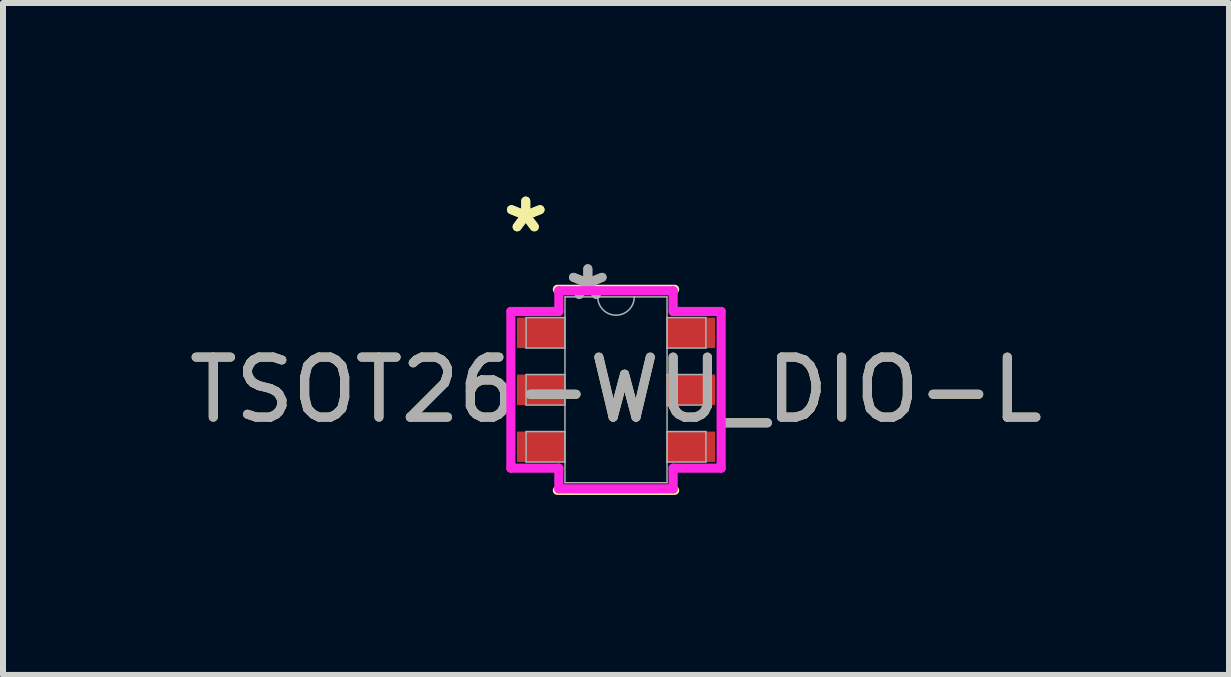
<source format=kicad_pcb>
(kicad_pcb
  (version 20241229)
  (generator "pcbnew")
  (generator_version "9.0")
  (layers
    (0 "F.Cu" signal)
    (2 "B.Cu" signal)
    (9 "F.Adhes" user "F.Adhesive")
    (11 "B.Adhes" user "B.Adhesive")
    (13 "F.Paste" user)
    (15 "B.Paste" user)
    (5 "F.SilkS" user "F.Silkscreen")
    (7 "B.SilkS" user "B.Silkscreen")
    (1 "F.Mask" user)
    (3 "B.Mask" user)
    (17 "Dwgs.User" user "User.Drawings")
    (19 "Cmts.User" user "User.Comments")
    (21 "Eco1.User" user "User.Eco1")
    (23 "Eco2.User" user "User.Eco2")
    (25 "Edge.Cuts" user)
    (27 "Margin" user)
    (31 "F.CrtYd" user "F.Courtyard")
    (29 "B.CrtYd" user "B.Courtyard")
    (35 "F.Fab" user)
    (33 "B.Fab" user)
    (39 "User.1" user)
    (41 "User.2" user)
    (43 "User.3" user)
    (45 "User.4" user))
  (footprint "TSOT26-WU_DIO-L"
    (layer "F.Cu")
    (at 7.22 3.449)
    (property "Reference" "TSOT26-WU_DIO-L" (at 0 0 0) (unlocked yes) (layer "F.SilkS") (effects (font (size 1 1) (thickness 0.15))))
    (attr smd)
    (fp_line (start -0.978 1.676) (end 0.978 1.676) (stroke (width 0.152) (type solid)) (layer "F.SilkS"))
    (fp_line (start 0.978 -1.676) (end -0.978 -1.676) (stroke (width 0.152) (type solid)) (layer "F.SilkS"))
    (fp_line (start -1.753 -1.306) (end -0.953 -1.306) (stroke (width 0.152) (type solid)) (layer "F.CrtYd"))
    (fp_line (start -1.753 1.306) (end -1.753 -1.306) (stroke (width 0.152) (type solid)) (layer "F.CrtYd"))
    (fp_line (start -1.753 1.306) (end -0.953 1.306) (stroke (width 0.152) (type solid)) (layer "F.CrtYd"))
    (fp_line (start -0.953 -1.651) (end 0.953 -1.651) (stroke (width 0.152) (type solid)) (layer "F.CrtYd"))
    (fp_line (start -0.953 -1.306) (end -0.953 -1.651) (stroke (width 0.152) (type solid)) (layer "F.CrtYd"))
    (fp_line (start -0.953 1.651) (end -0.953 1.306) (stroke (width 0.152) (type solid)) (layer "F.CrtYd"))
    (fp_line (start 0.953 -1.651) (end 0.953 -1.306) (stroke (width 0.152) (type solid)) (layer "F.CrtYd"))
    (fp_line (start 0.953 1.306) (end 0.953 1.651) (stroke (width 0.152) (type solid)) (layer "F.CrtYd"))
    (fp_line (start 0.953 1.651) (end -0.953 1.651) (stroke (width 0.152) (type solid)) (layer "F.CrtYd"))
    (fp_line (start 1.753 -1.306) (end 0.953 -1.306) (stroke (width 0.152) (type solid)) (layer "F.CrtYd"))
    (fp_line (start 1.753 -1.306) (end 1.753 1.306) (stroke (width 0.152) (type solid)) (layer "F.CrtYd"))
    (fp_line (start 1.753 1.306) (end 0.953 1.306) (stroke (width 0.152) (type solid)) (layer "F.CrtYd"))
    (fp_line (start -1.499 -1.204) (end -1.499 -0.696) (stroke (width 0.025) (type solid)) (layer "F.Fab"))
    (fp_line (start -1.499 -0.696) (end -0.851 -0.696) (stroke (width 0.025) (type solid)) (layer "F.Fab"))
    (fp_line (start -1.499 -0.254) (end -1.499 0.254) (stroke (width 0.025) (type solid)) (layer "F.Fab"))
    (fp_line (start -1.499 0.254) (end -0.851 0.254) (stroke (width 0.025) (type solid)) (layer "F.Fab"))
    (fp_line (start -1.499 0.696) (end -1.499 1.204) (stroke (width 0.025) (type solid)) (layer "F.Fab"))
    (fp_line (start -1.499 1.204) (end -0.851 1.204) (stroke (width 0.025) (type solid)) (layer "F.Fab"))
    (fp_line (start -0.851 -1.549) (end -0.851 1.549) (stroke (width 0.025) (type solid)) (layer "F.Fab"))
    (fp_line (start -0.851 -1.204) (end -1.499 -1.204) (stroke (width 0.025) (type solid)) (layer "F.Fab"))
    (fp_line (start -0.851 -0.696) (end -0.851 -1.204) (stroke (width 0.025) (type solid)) (layer "F.Fab"))
    (fp_line (start -0.851 -0.254) (end -1.499 -0.254) (stroke (width 0.025) (type solid)) (layer "F.Fab"))
    (fp_line (start -0.851 0.254) (end -0.851 -0.254) (stroke (width 0.025) (type solid)) (layer "F.Fab"))
    (fp_line (start -0.851 0.696) (end -1.499 0.696) (stroke (width 0.025) (type solid)) (layer "F.Fab"))
    (fp_line (start -0.851 1.204) (end -0.851 0.696) (stroke (width 0.025) (type solid)) (layer "F.Fab"))
    (fp_line (start -0.851 1.549) (end 0.851 1.549) (stroke (width 0.025) (type solid)) (layer "F.Fab"))
    (fp_line (start 0.851 -1.549) (end -0.851 -1.549) (stroke (width 0.025) (type solid)) (layer "F.Fab"))
    (fp_line (start 0.851 -1.204) (end 0.851 -0.696) (stroke (width 0.025) (type solid)) (layer "F.Fab"))
    (fp_line (start 0.851 -0.696) (end 1.499 -0.696) (stroke (width 0.025) (type solid)) (layer "F.Fab"))
    (fp_line (start 0.851 -0.254) (end 0.851 0.254) (stroke (width 0.025) (type solid)) (layer "F.Fab"))
    (fp_line (start 0.851 0.254) (end 1.499 0.254) (stroke (width 0.025) (type solid)) (layer "F.Fab"))
    (fp_line (start 0.851 0.696) (end 0.851 1.204) (stroke (width 0.025) (type solid)) (layer "F.Fab"))
    (fp_line (start 0.851 1.204) (end 1.499 1.204) (stroke (width 0.025) (type solid)) (layer "F.Fab"))
    (fp_line (start 0.851 1.549) (end 0.851 -1.549) (stroke (width 0.025) (type solid)) (layer "F.Fab"))
    (fp_line (start 1.499 -1.204) (end 0.851 -1.204) (stroke (width 0.025) (type solid)) (layer "F.Fab"))
    (fp_line (start 1.499 -0.696) (end 1.499 -1.204) (stroke (width 0.025) (type solid)) (layer "F.Fab"))
    (fp_line (start 1.499 -0.254) (end 0.851 -0.254) (stroke (width 0.025) (type solid)) (layer "F.Fab"))
    (fp_line (start 1.499 0.254) (end 1.499 -0.254) (stroke (width 0.025) (type solid)) (layer "F.Fab"))
    (fp_line (start 1.499 0.696) (end 0.851 0.696) (stroke (width 0.025) (type solid)) (layer "F.Fab"))
    (fp_line (start 1.499 1.204) (end 1.499 0.696) (stroke (width 0.025) (type solid)) (layer "F.Fab"))
    (fp_arc (start 0.3048 -1.5494) (mid 0 -1.2446) (end -0.3048 -1.5494) (stroke (width 0.0254) (type solid)) (layer "F.Fab"))
    (fp_text user "*" (at -1.505 -2.601 0) (layer "F.SilkS") (effects (font (size 1 1) (thickness 0.15))))
    (fp_text user "*" (at -1.505 -2.601 0) (unlocked yes) (layer "F.SilkS") (effects (font (size 1 1) (thickness 0.15))))
    (fp_text user "*" (at -0.47 -1.473 0) (layer "F.Fab") (effects (font (size 1 1) (thickness 0.15))))
    (fp_text user "${REFERENCE}" (at 0 0 0) (unlocked yes) (layer "F.Fab") (effects (font (size 1 1) (thickness 0.15))))
    (fp_text user "*" (at -0.47 -1.473 0) (unlocked yes) (layer "F.Fab") (effects (font (size 1 1) (thickness 0.15))))
    (pad "1" smd rect (at -1.251 -0.95) (size 0.8 0.508) (layers "F.Cu" "F.Mask" "F.Paste"))
    (pad "2" smd rect (at -1.251 0) (size 0.8 0.508) (layers "F.Cu" "F.Mask" "F.Paste"))
    (pad "3" smd rect (at -1.251 0.95) (size 0.8 0.508) (layers "F.Cu" "F.Mask" "F.Paste"))
    (pad "4" smd rect (at 1.251 0.95) (size 0.8 0.508) (layers "F.Cu" "F.Mask" "F.Paste"))
    (pad "5" smd rect (at 1.251 0) (size 0.8 0.508) (layers "F.Cu" "F.Mask" "F.Paste"))
    (pad "6" smd rect (at 1.251 -0.95) (size 0.8 0.508) (layers "F.Cu" "F.Mask" "F.Paste")))
  (gr_rect
    (start -3 -3)
    (end 17.44 8.202)
    (stroke (width 0.1) (type default))
    (fill no)
    (layer "Edge.Cuts")))
</source>
